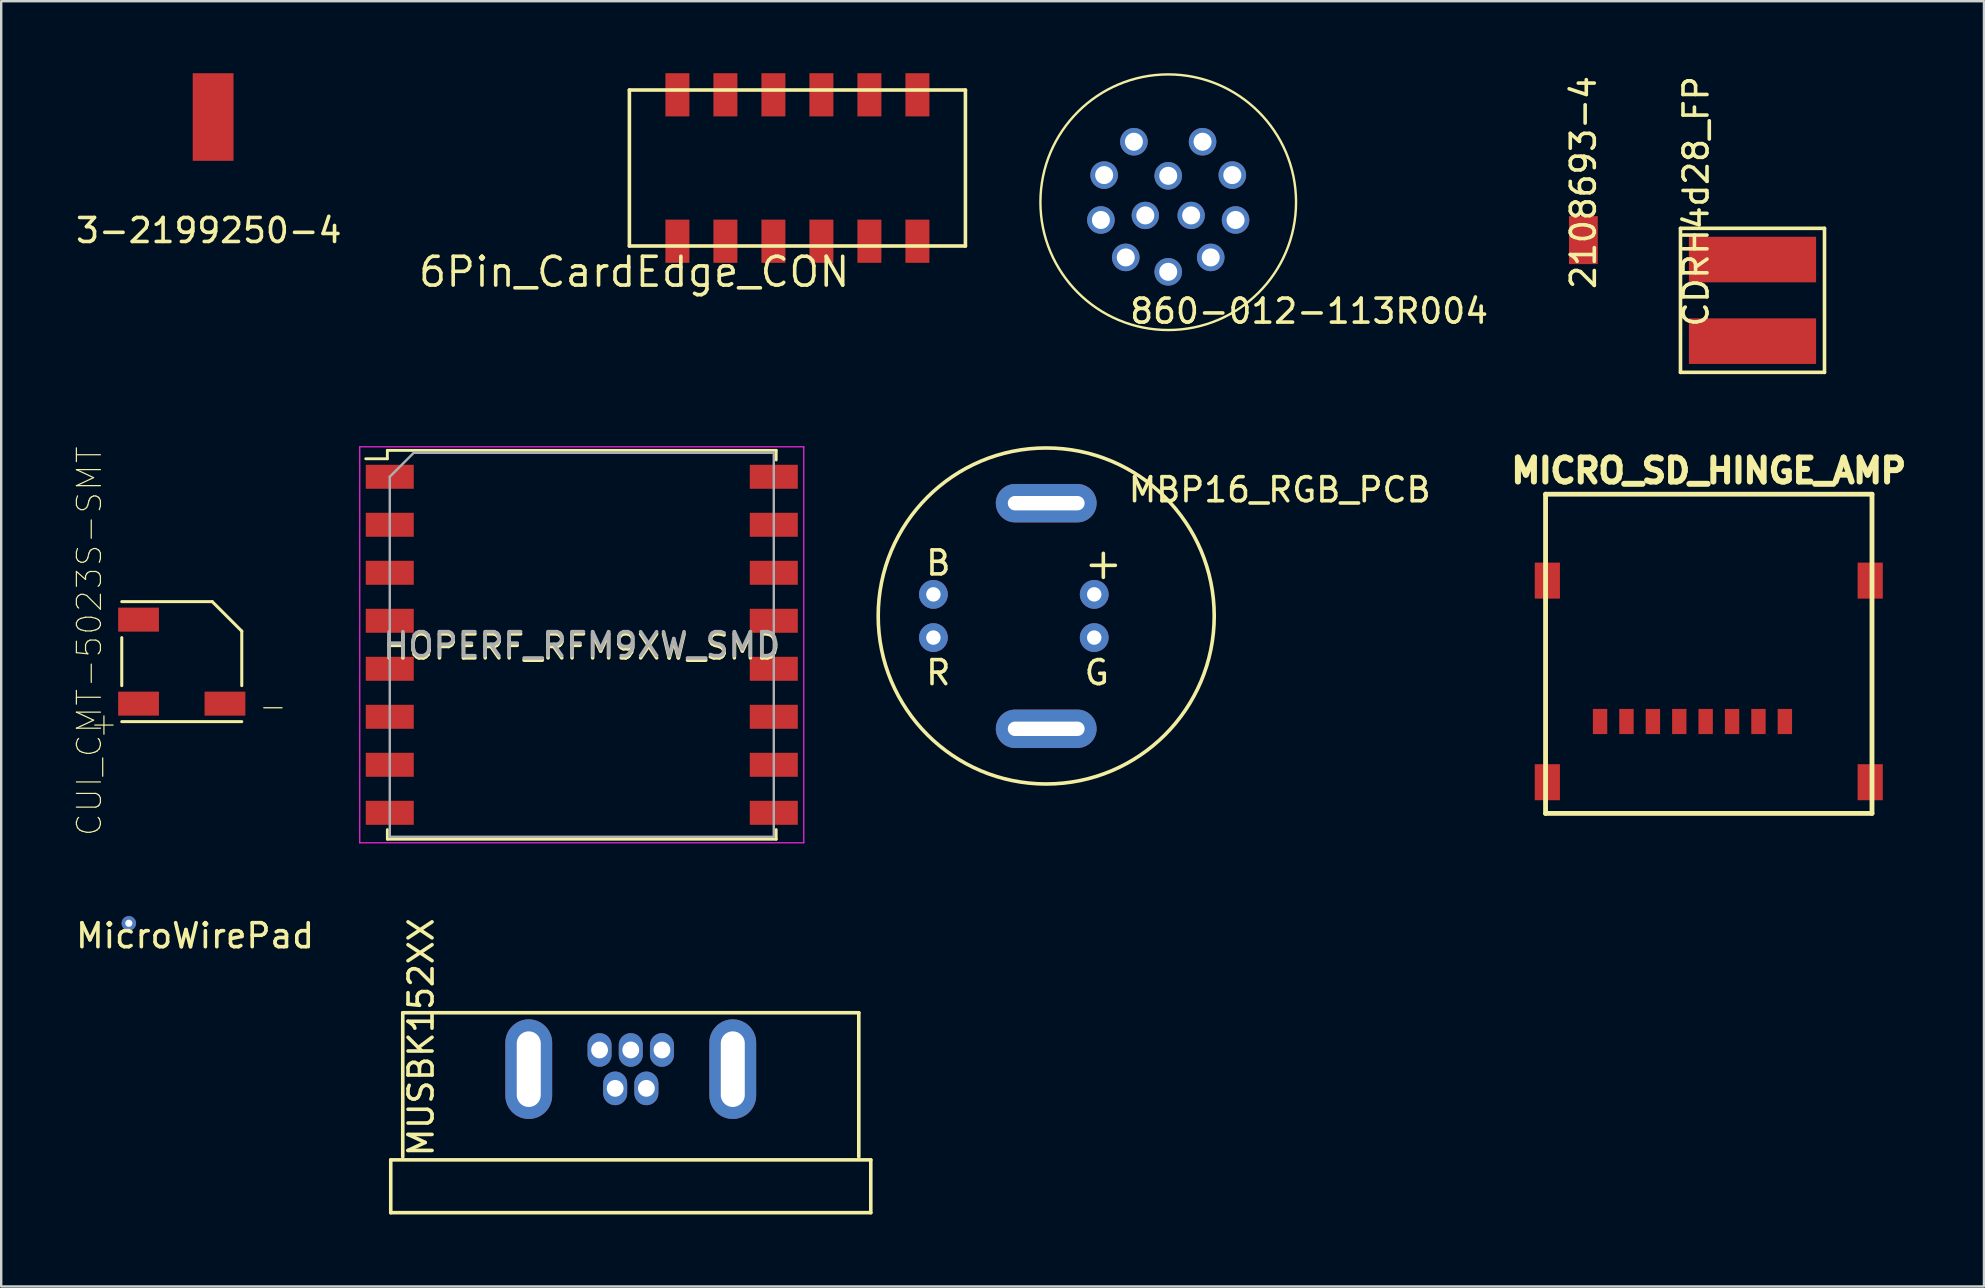
<source format=kicad_pcb>
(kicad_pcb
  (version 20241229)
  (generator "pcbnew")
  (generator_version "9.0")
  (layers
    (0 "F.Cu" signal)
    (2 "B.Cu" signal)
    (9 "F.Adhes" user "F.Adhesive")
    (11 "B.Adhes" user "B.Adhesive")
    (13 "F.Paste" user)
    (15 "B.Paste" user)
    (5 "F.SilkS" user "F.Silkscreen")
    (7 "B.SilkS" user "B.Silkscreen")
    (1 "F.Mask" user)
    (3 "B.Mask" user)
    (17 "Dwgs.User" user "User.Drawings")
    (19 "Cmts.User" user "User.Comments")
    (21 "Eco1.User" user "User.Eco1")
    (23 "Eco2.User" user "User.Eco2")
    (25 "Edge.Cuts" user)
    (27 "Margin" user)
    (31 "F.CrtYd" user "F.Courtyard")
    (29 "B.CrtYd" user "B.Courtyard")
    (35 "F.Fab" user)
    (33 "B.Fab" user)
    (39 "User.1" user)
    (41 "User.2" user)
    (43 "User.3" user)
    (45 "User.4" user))
  (footprint "MicroWirePad"
    (layer "F.Cu")
    (at 2.317 35.418)
    (property "Reference" "MicroWirePad" (at 2.76 0.52 0) (layer "F.SilkS") (effects (font (size 1 1) (thickness 0.15))))
    (attr through_hole)
    (pad "1" thru_hole circle (at 0 0) (size 0.6 0.6) (drill 0.3) (layers "*.Cu" "*.Mask")))
  (footprint "CUI_CMT-5023S-SMT"
    (layer "F.Cu")
    (at 4.523 24.516)
    (property "Reference" "CUI_CMT-5023S-SMT" (at -3.85 -0.85 270) (layer "F.SilkS") (effects (font (size 1.001 1.001) (thickness 0.05))))
    (attr smd)
    (fp_line (start -2.5 -2.5) (end 1.27 -2.5) (stroke (width 0.127) (type solid)) (layer "F.SilkS"))
    (fp_line (start -2.5 -1) (end -2.5 1) (stroke (width 0.127) (type solid)) (layer "F.SilkS"))
    (fp_line (start 1.27 -2.5) (end 2.5 -1.27) (stroke (width 0.127) (type solid)) (layer "F.SilkS"))
    (fp_line (start 2.5 -1.27) (end 2.5 1) (stroke (width 0.127) (type solid)) (layer "F.SilkS"))
    (fp_line (start 2.5 2.5) (end -2.5 2.5) (stroke (width 0.127) (type solid)) (layer "F.SilkS"))
    (fp_line (start -2.9 -2.9) (end -2.9 2.75) (stroke (width 0.05) (type solid)) (layer "Eco1.User"))
    (fp_line (start 1.27 -2.9) (end -2.9 -2.9) (stroke (width 0.05) (type solid)) (layer "Eco1.User"))
    (fp_line (start 1.27 -2.9) (end 2.9 -1.27) (stroke (width 0.05) (type solid)) (layer "Eco1.User"))
    (fp_line (start 2.9 -1.27) (end 2.9 2.75) (stroke (width 0.05) (type solid)) (layer "Eco1.User"))
    (fp_line (start 2.9 2.75) (end -2.9 2.75) (stroke (width 0.05) (type solid)) (layer "Eco1.User"))
    (fp_line (start -2.5 -2.5) (end 1.27 -2.5) (stroke (width 0.127) (type solid)) (layer "Eco2.User"))
    (fp_line (start -2.5 2.5) (end -2.5 -2.5) (stroke (width 0.127) (type solid)) (layer "Eco2.User"))
    (fp_line (start 1.27 -2.5) (end 2.5 -1.27) (stroke (width 0.127) (type solid)) (layer "Eco2.User"))
    (fp_line (start 2.5 -1.27) (end 2.5 2.5) (stroke (width 0.127) (type solid)) (layer "Eco2.User"))
    (fp_line (start 2.5 2.5) (end -2.5 2.5) (stroke (width 0.127) (type solid)) (layer "Eco2.User"))
    (fp_text user "-" (at 3.797 1.843 0) (layer "F.SilkS") (effects (font (size 1 1) (thickness 0.05))))
    (fp_text user "+" (at -3.243 2.563 0) (layer "F.SilkS") (effects (font (size 1 1) (thickness 0.05))))
    (pad "" smd rect (at -1.8 -1.75) (size 1.7 1) (layers "F.Cu" "F.Mask" "F.Paste"))
    (pad "1" smd rect (at -1.8 1.75) (size 1.7 1) (layers "F.Cu" "F.Mask" "F.Paste"))
    (pad "2" smd rect (at 1.8 1.75) (size 1.7 1) (layers "F.Cu" "F.Mask" "F.Paste")))
  (footprint "3-2199250-4"
    (layer "F.Cu")
    (at 5.829 1.825)
    (property "Reference" "3-2199250-4" (at -0.18 4.73 0) (layer "F.SilkS") (effects (font (size 1 1) (thickness 0.15))))
    (attr through_hole)
    (pad "1" smd rect (at 0 0) (size 1.7 3.65) (layers "F.Cu" "F.Mask" "F.Paste")))
  (footprint "2108693-4"
    (layer "F.Cu")
    (at 62.919 6.954)
    (property "Reference" "2108693-4" (at 0 -2.4 90) (layer "F.SilkS") (effects (font (size 1 1) (thickness 0.15))))
    (attr through_hole)
    (pad "1" smd rect (at 0 0) (size 1.2 2) (layers "F.Cu" "F.Mask" "F.Paste")))
  (footprint "MBP16_RGB_PCB"
    (layer "F.Cu")
    (at 40.539 22.614)
    (property "Reference" "MBP16_RGB_PCB" (at 9.728 -5.258 0) (layer "F.SilkS") (effects (font (size 1 1) (thickness 0.15))))
    (attr through_hole)
    (fp_line (start 1.88 -2.11) (end 2.88 -2.11) (stroke (width 0.15) (type solid)) (layer "F.SilkS"))
    (fp_line (start 2.38 -1.61) (end 2.38 -2.61) (stroke (width 0.15) (type solid)) (layer "F.SilkS"))
    (fp_circle (center 0 0) (end 7 0) (stroke (width 0.15) (type solid)) (fill no) (layer "F.SilkS"))
    (fp_text user "R" (at -4.496 2.362 0) (layer "F.SilkS") (effects (font (size 1 1) (thickness 0.15))))
    (fp_text user "B" (at -4.496 -2.21 0) (layer "F.SilkS") (effects (font (size 1 1) (thickness 0.15))))
    (fp_text user "G" (at 2.108 2.362 0) (layer "F.SilkS") (effects (font (size 1 1) (thickness 0.15))))
    (pad "1" thru_hole oval (at 0 4.7) (size 4.2 1.6) (drill oval 3.2 0.6) (layers "*.Cu" "*.Mask"))
    (pad "2" thru_hole oval (at 0 -4.7) (size 4.2 1.6) (drill oval 3.2 0.6) (layers "*.Cu" "*.Mask"))
    (pad "3" thru_hole circle (at 2 -0.9) (size 1.2 1.2) (drill 0.6) (layers "*.Cu" "*.Mask"))
    (pad "4" thru_hole circle (at -4.7 0.9) (size 1.2 1.2) (drill 0.6) (layers "*.Cu" "*.Mask"))
    (pad "5" thru_hole circle (at 2 0.9) (size 1.2 1.2) (drill 0.6) (layers "*.Cu" "*.Mask"))
    (pad "6" thru_hole circle (at -4.7 -0.9) (size 1.2 1.2) (drill 0.6) (layers "*.Cu" "*.Mask")))
  (footprint "6Pin_CardEdge_CON"
    (layer "F.Cu")
    (at 30.173 3.95)
    (property "Reference" "6Pin_CardEdge_CON" (at -6.799 4.33 180) (layer "F.SilkS") (effects (font (size 1.2 1.2) (thickness 0.15))))
    (attr through_hole)
    (fp_line (start -7 -3.25) (end -7 3.25) (stroke (width 0.15) (type solid)) (layer "F.SilkS"))
    (fp_line (start -7 3.25) (end 7 3.25) (stroke (width 0.15) (type solid)) (layer "F.SilkS"))
    (fp_line (start 7 -3.25) (end -7 -3.25) (stroke (width 0.15) (type solid)) (layer "F.SilkS"))
    (fp_line (start 7 3.25) (end 7 -3.25) (stroke (width 0.15) (type solid)) (layer "F.SilkS"))
    (pad "" smd rect (at -5 3.05) (size 1 1.8) (layers "F.Cu" "F.Mask" "F.Paste"))
    (pad "" smd rect (at -3 3.05) (size 1 1.8) (layers "F.Cu" "F.Mask" "F.Paste"))
    (pad "" smd rect (at -1 3.05) (size 1 1.8) (layers "F.Cu" "F.Mask" "F.Paste"))
    (pad "" smd rect (at 1 3.05) (size 1 1.8) (layers "F.Cu" "F.Mask" "F.Paste"))
    (pad "" smd rect (at 3 3.05) (size 1 1.8) (layers "F.Cu" "F.Mask" "F.Paste"))
    (pad "" smd rect (at 5 3.05) (size 1 1.8) (layers "F.Cu" "F.Mask" "F.Paste"))
    (pad "1" smd rect (at -5 -3.05) (size 1 1.8) (layers "F.Cu" "F.Mask" "F.Paste"))
    (pad "2" smd rect (at -3 -3.05) (size 1 1.8) (layers "F.Cu" "F.Mask" "F.Paste"))
    (pad "3" smd rect (at -1 -3.05) (size 1 1.8) (layers "F.Cu" "F.Mask" "F.Paste"))
    (pad "4" smd rect (at 1 -3.05) (size 1 1.8) (layers "F.Cu" "F.Mask" "F.Paste"))
    (pad "5" smd rect (at 3 -3.05) (size 1 1.8) (layers "F.Cu" "F.Mask" "F.Paste"))
    (pad "6" smd rect (at 5 -3.05) (size 1 1.8) (layers "F.Cu" "F.Mask" "F.Paste")))
  (footprint "CDRH4d28_FP"
    (layer "F.Cu")
    (at 69.965 9.464)
    (property "Reference" "CDRH4d28_FP" (at -2.35 -4.125 270) (layer "F.SilkS") (effects (font (size 1 1) (thickness 0.15))))
    (attr through_hole)
    (fp_line (start -3 -3) (end 3 -3) (stroke (width 0.15) (type solid)) (layer "F.SilkS"))
    (fp_line (start -3 3) (end -3 -3) (stroke (width 0.15) (type solid)) (layer "F.SilkS"))
    (fp_line (start 3 -3) (end 3 3) (stroke (width 0.15) (type solid)) (layer "F.SilkS"))
    (fp_line (start 3 3) (end -3 3) (stroke (width 0.15) (type solid)) (layer "F.SilkS"))
    (pad "1" smd rect (at 0 -1.7) (size 5.3 1.9) (layers "F.Cu" "F.Mask" "F.Paste"))
    (pad "2" smd rect (at 0 1.7) (size 5.3 1.9) (layers "F.Cu" "F.Mask" "F.Paste")))
  (footprint "860-012-113R004"
    (layer "F.Cu")
    (at 45.623 5.375)
    (property "Reference" "860-012-113R004" (at 5.87 4.54 0) (layer "F.SilkS") (effects (font (size 1 1) (thickness 0.15))))
    (attr through_hole)
    (fp_circle (center 0 0) (end 5.325 0) (stroke (width 0.1) (type solid)) (fill no) (layer "F.SilkS"))
    (pad "1" thru_hole circle (at 1.43 -2.52) (size 1.15 1.15) (drill 0.75) (layers "*.Cu" "*.Mask"))
    (pad "2" thru_hole circle (at -1.43 -2.52) (size 1.15 1.15) (drill 0.75) (layers "*.Cu" "*.Mask"))
    (pad "3" thru_hole circle (at -2.67 -1.13) (size 1.15 1.15) (drill 0.75) (layers "*.Cu" "*.Mask"))
    (pad "4" thru_hole circle (at -2.805 0.74) (size 1.15 1.15) (drill 0.75) (layers "*.Cu" "*.Mask"))
    (pad "5" thru_hole circle (at -1.77 2.3) (size 1.15 1.15) (drill 0.75) (layers "*.Cu" "*.Mask"))
    (pad "6" thru_hole circle (at 0 2.9) (size 1.15 1.15) (drill 0.75) (layers "*.Cu" "*.Mask"))
    (pad "7" thru_hole circle (at 1.77 2.3) (size 1.15 1.15) (drill 0.75) (layers "*.Cu" "*.Mask"))
    (pad "8" thru_hole circle (at 2.805 0.74) (size 1.15 1.15) (drill 0.75) (layers "*.Cu" "*.Mask"))
    (pad "9" thru_hole circle (at 2.67 -1.13) (size 1.15 1.15) (drill 0.75) (layers "*.Cu" "*.Mask"))
    (pad "10" thru_hole circle (at 0 -1.1) (size 1.15 1.15) (drill 0.75) (layers "*.Cu" "*.Mask"))
    (pad "11" thru_hole circle (at -0.955 0.55) (size 1.14 1.14) (drill 0.75) (layers "*.Cu" "*.Mask"))
    (pad "12" thru_hole circle (at 0.955 0.55) (size 1.14 1.14) (drill 0.75) (layers "*.Cu" "*.Mask")))
  (footprint "HOPERF_RFM9XW_SMD"
    (layer "F.Cu")
    (at 21.189 23.814)
    (property "Reference" "HOPERF_RFM9XW_SMD" (at 0 0.091 0) (layer "F.SilkS") (effects (font (size 1 1) (thickness 0.15))))
    (attr smd)
    (fp_line (start -8.1 -8.1) (end -8.1 -7.75) (stroke (width 0.12) (type solid)) (layer "F.SilkS"))
    (fp_line (start -8.1 -8.1) (end 8.1 -8.1) (stroke (width 0.12) (type solid)) (layer "F.SilkS"))
    (fp_line (start -8.1 -7.75) (end -9 -7.75) (stroke (width 0.12) (type solid)) (layer "F.SilkS"))
    (fp_line (start -8.1 7.7) (end -8.1 8.1) (stroke (width 0.12) (type solid)) (layer "F.SilkS"))
    (fp_line (start -8.1 8.1) (end 8.1 8.1) (stroke (width 0.12) (type solid)) (layer "F.SilkS"))
    (fp_line (start 8.1 -8.1) (end 8.1 -7.7) (stroke (width 0.12) (type solid)) (layer "F.SilkS"))
    (fp_line (start 8.1 8.1) (end 8.1 7.7) (stroke (width 0.12) (type solid)) (layer "F.SilkS"))
    (fp_line (start -9.25 -8.25) (end 9.25 -8.25) (stroke (width 0.05) (type solid)) (layer "F.CrtYd"))
    (fp_line (start -9.25 8.25) (end -9.25 -8.25) (stroke (width 0.05) (type solid)) (layer "F.CrtYd"))
    (fp_line (start -9.25 8.25) (end 9.25 8.25) (stroke (width 0.05) (type solid)) (layer "F.CrtYd"))
    (fp_line (start 9.25 -8.25) (end 9.25 8.25) (stroke (width 0.05) (type solid)) (layer "F.CrtYd"))
    (fp_line (start -8 8) (end -8 -7) (stroke (width 0.1) (type solid)) (layer "F.Fab"))
    (fp_line (start -8 8) (end 8 8) (stroke (width 0.1) (type solid)) (layer "F.Fab"))
    (fp_line (start -7 -8) (end -8 -7) (stroke (width 0.1) (type solid)) (layer "F.Fab"))
    (fp_line (start -7 -8) (end 8 -8) (stroke (width 0.1) (type solid)) (layer "F.Fab"))
    (fp_line (start 8 8) (end 8 -8) (stroke (width 0.1) (type solid)) (layer "F.Fab"))
    (fp_text user "${REFERENCE}" (at 0 0 0) (layer "F.Fab") (effects (font (size 1 1) (thickness 0.15))))
    (pad "1" smd rect (at -8 -7) (size 2 1) (layers "F.Cu" "F.Mask" "F.Paste"))
    (pad "2" smd rect (at -8 -5) (size 2 1) (layers "F.Cu" "F.Mask" "F.Paste"))
    (pad "3" smd rect (at -8 -3) (size 2 1) (layers "F.Cu" "F.Mask" "F.Paste"))
    (pad "4" smd rect (at -8 -1) (size 2 1) (layers "F.Cu" "F.Mask" "F.Paste"))
    (pad "5" smd rect (at -8 1) (size 2 1) (layers "F.Cu" "F.Mask" "F.Paste"))
    (pad "6" smd rect (at -8 3) (size 2 1) (layers "F.Cu" "F.Mask" "F.Paste"))
    (pad "7" smd rect (at -8 5) (size 2 1) (layers "F.Cu" "F.Mask" "F.Paste"))
    (pad "8" smd rect (at -8 7) (size 2 1) (layers "F.Cu" "F.Mask" "F.Paste"))
    (pad "9" smd rect (at 8 7) (size 2 1) (layers "F.Cu" "F.Mask" "F.Paste"))
    (pad "10" smd rect (at 8 5) (size 2 1) (layers "F.Cu" "F.Mask" "F.Paste"))
    (pad "11" smd rect (at 8 3) (size 2 1) (layers "F.Cu" "F.Mask" "F.Paste"))
    (pad "12" smd rect (at 8 1) (size 2 1) (layers "F.Cu" "F.Mask" "F.Paste"))
    (pad "13" smd rect (at 8 -1) (size 2 1) (layers "F.Cu" "F.Mask" "F.Paste"))
    (pad "14" smd rect (at 8 -3) (size 2 1) (layers "F.Cu" "F.Mask" "F.Paste"))
    (pad "15" smd rect (at 8 -5) (size 2 1) (layers "F.Cu" "F.Mask" "F.Paste"))
    (pad "16" smd rect (at 8 -7) (size 2 1) (layers "F.Cu" "F.Mask" "F.Paste")))
  (footprint "MUSBK152XX"
    (layer "F.Cu")
    (at 23.23 41.645)
    (property "Reference" "MUSBK152XX" (at -8.735 -1.478 90) (layer "F.SilkS") (effects (font (size 1 1) (thickness 0.15))))
    (attr through_hole)
    (fp_line (start -10 3.63) (end -10 5.83) (stroke (width 0.15) (type solid)) (layer "F.SilkS"))
    (fp_line (start -10 3.63) (end 10 3.63) (stroke (width 0.15) (type solid)) (layer "F.SilkS"))
    (fp_line (start -10 5.83) (end 10 5.83) (stroke (width 0.15) (type solid)) (layer "F.SilkS"))
    (fp_line (start -9.5 -2.5) (end 9.5 -2.5) (stroke (width 0.15) (type solid)) (layer "F.SilkS"))
    (fp_line (start -9.5 3.5) (end -9.5 -2.5) (stroke (width 0.15) (type solid)) (layer "F.SilkS"))
    (fp_line (start 9.5 -2.5) (end 9.5 3.5) (stroke (width 0.15) (type solid)) (layer "F.SilkS"))
    (fp_line (start 10 3.63) (end 10 5.83) (stroke (width 0.15) (type solid)) (layer "F.SilkS"))
    (pad "1" thru_hole oval (at -1.3 -0.95) (size 1 1.4) (drill 0.7) (layers "*.Cu" "*.Mask"))
    (pad "2" thru_hole oval (at -0.65 0.65) (size 1 1.4) (drill 0.7) (layers "*.Cu" "*.Mask"))
    (pad "3" thru_hole oval (at 0 -0.95) (size 1 1.4) (drill 0.7) (layers "*.Cu" "*.Mask"))
    (pad "4" thru_hole oval (at 0.65 0.65) (size 1 1.4) (drill 0.7) (layers "*.Cu" "*.Mask"))
    (pad "5" thru_hole oval (at 1.3 -0.95) (size 1 1.4) (drill 0.7) (layers "*.Cu" "*.Mask"))
    (pad "6" thru_hole oval (at -4.25 -0.15) (size 1.95 4.15) (drill oval 1 3.15) (layers "*.Cu" "*.Mask"))
    (pad "6" thru_hole oval (at 4.25 -0.15) (size 1.95 4.15) (drill oval 1 3.15) (layers "*.Cu" "*.Mask")))
  (footprint "MICRO_SD_HINGE_AMP"
    (layer "F.Cu")
    (at 68.144 17.541)
    (property "Reference" "MICRO_SD_HINGE_AMP" (at 0 -0.978 180) (layer "F.SilkS") (effects (font (size 1 1) (thickness 0.25))))
    (attr through_hole)
    (fp_line (start -6.8 0) (end 6.8 0) (stroke (width 0.201) (type solid)) (layer "F.SilkS"))
    (fp_line (start -6.8 13.299) (end -6.8 0) (stroke (width 0.201) (type solid)) (layer "F.SilkS"))
    (fp_line (start 6.8 0) (end 6.8 13.299) (stroke (width 0.201) (type solid)) (layer "F.SilkS"))
    (fp_line (start 6.8 13.299) (end -6.8 13.299) (stroke (width 0.201) (type solid)) (layer "F.SilkS"))
    (pad "1" smd rect (at 3.17 9.469) (size 0.599 1.049) (layers "F.Cu" "F.Mask" "F.Paste"))
    (pad "2" smd rect (at 2.07 9.469) (size 0.599 1.049) (layers "F.Cu" "F.Mask" "F.Paste"))
    (pad "3" smd rect (at 0.97 9.469) (size 0.599 1.049) (layers "F.Cu" "F.Mask" "F.Paste"))
    (pad "4" smd rect (at -0.13 9.469) (size 0.599 1.049) (layers "F.Cu" "F.Mask" "F.Paste"))
    (pad "5" smd rect (at -1.229 9.469) (size 0.599 1.049) (layers "F.Cu" "F.Mask" "F.Paste"))
    (pad "6" smd rect (at -2.329 9.469) (size 0.599 1.049) (layers "F.Cu" "F.Mask" "F.Paste"))
    (pad "7" smd rect (at -3.429 9.469) (size 0.599 1.049) (layers "F.Cu" "F.Mask" "F.Paste"))
    (pad "8" smd rect (at -4.529 9.469) (size 0.599 1.049) (layers "F.Cu" "F.Mask" "F.Paste"))
    (pad "SHLD" smd rect (at -6.726 3.599) (size 1.049 1.501) (layers "F.Cu" "F.Mask" "F.Paste"))
    (pad "SHLD" smd rect (at -6.726 11.999) (size 1.049 1.501) (layers "F.Cu" "F.Mask" "F.Paste"))
    (pad "SHLD" smd rect (at 6.726 3.599) (size 1.049 1.501) (layers "F.Cu" "F.Mask" "F.Paste"))
    (pad "SHLD" smd rect (at 6.726 11.999) (size 1.049 1.501) (layers "F.Cu" "F.Mask" "F.Paste")))
  (gr_rect
    (start -3 -3)
    (end 79.609 50.55)
    (stroke (width 0.1) (type default))
    (fill no)
    (layer "Edge.Cuts")))
</source>
